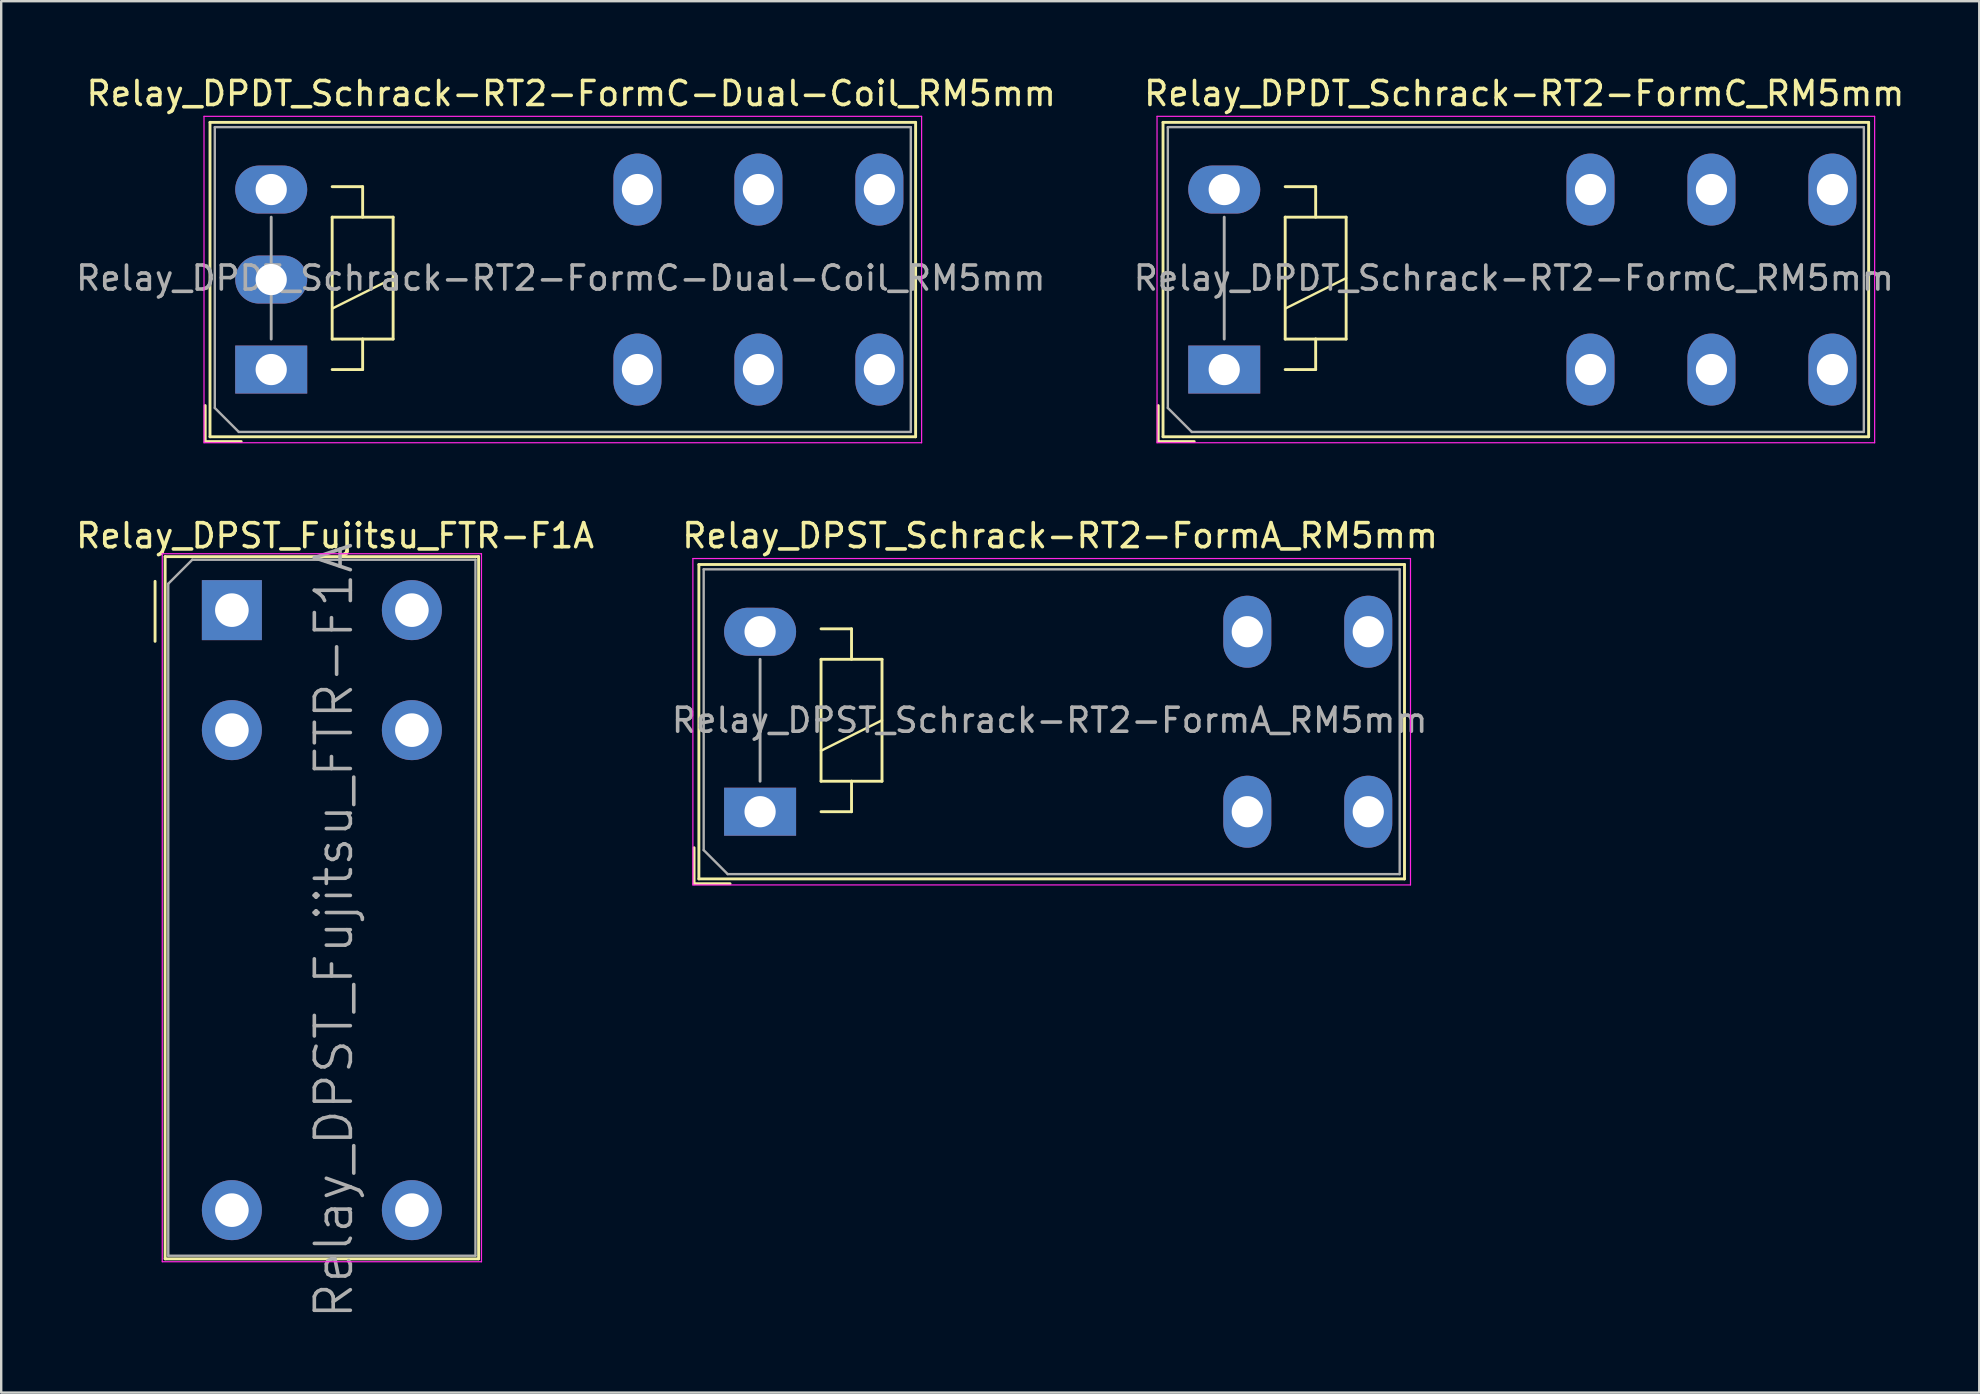
<source format=kicad_pcb>
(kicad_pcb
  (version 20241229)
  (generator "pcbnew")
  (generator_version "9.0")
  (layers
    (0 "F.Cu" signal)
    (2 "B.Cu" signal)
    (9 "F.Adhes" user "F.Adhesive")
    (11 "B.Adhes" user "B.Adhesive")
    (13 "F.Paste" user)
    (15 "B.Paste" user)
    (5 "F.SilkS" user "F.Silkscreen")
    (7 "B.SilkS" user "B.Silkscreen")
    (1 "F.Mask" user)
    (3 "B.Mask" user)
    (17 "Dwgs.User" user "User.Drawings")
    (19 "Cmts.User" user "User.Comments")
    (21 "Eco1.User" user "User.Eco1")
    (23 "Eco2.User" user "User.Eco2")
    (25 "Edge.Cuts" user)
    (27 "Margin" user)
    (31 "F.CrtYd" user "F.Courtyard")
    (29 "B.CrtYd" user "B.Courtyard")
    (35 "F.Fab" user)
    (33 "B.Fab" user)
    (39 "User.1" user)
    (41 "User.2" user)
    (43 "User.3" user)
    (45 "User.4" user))
  (footprint "Relay_DPST_Fujitsu_FTR-F1A"
    (layer "F.Cu")
    (at 6.611 22.372)
    (property "Reference" "Relay_DPST_Fujitsu_FTR-F1A" (at 4.3 -3.1 0) (layer "F.SilkS") (effects (font (size 1 1) (thickness 0.15))))
    (attr through_hole)
    (fp_line (start -3.2 -1.2) (end -3.2 1.3) (stroke (width 0.12) (type solid)) (layer "F.SilkS"))
    (fp_line (start -2.78 -2.23) (end 10.28 -2.23) (stroke (width 0.12) (type solid)) (layer "F.SilkS"))
    (fp_line (start -2.78 27.03) (end -2.78 -2.23) (stroke (width 0.12) (type solid)) (layer "F.SilkS"))
    (fp_line (start 10.28 -2.23) (end 10.28 27.03) (stroke (width 0.12) (type solid)) (layer "F.SilkS"))
    (fp_line (start 10.28 27.03) (end -2.78 27.03) (stroke (width 0.12) (type solid)) (layer "F.SilkS"))
    (fp_line (start -2.9 -2.35) (end 10.4 -2.35) (stroke (width 0.05) (type solid)) (layer "F.CrtYd"))
    (fp_line (start -2.9 27.15) (end -2.9 -2.35) (stroke (width 0.05) (type solid)) (layer "F.CrtYd"))
    (fp_line (start 10.4 -2.35) (end 10.4 27.15) (stroke (width 0.05) (type solid)) (layer "F.CrtYd"))
    (fp_line (start 10.4 27.15) (end -2.9 27.15) (stroke (width 0.05) (type solid)) (layer "F.CrtYd"))
    (fp_line (start -2.65 -1.1) (end -2.65 26.9) (stroke (width 0.1) (type solid)) (layer "F.Fab"))
    (fp_line (start -2.65 26.9) (end 10.15 26.9) (stroke (width 0.1) (type solid)) (layer "F.Fab"))
    (fp_line (start -1.65 -2.1) (end -2.65 -1.1) (stroke (width 0.1) (type solid)) (layer "F.Fab"))
    (fp_line (start -1.65 -2.1) (end 10.15 -2.1) (stroke (width 0.1) (type solid)) (layer "F.Fab"))
    (fp_line (start 10.15 -2.1) (end 10.15 26.9) (stroke (width 0.1) (type solid)) (layer "F.Fab"))
    (fp_text user "${REFERENCE}" (at 4.25 13.35 270) (layer "F.Fab") (effects (font (size 1.5 1.5) (thickness 0.15))))
    (pad "1" thru_hole rect (at 0 0 270) (size 2.5 2.5) (drill 1.4) (layers "*.Cu" "*.Mask"))
    (pad "2" thru_hole circle (at 0 5 270) (size 2.5 2.5) (drill 1.4) (layers "*.Cu" "*.Mask"))
    (pad "4" thru_hole circle (at 0 25 270) (size 2.5 2.5) (drill 1.4) (layers "*.Cu" "*.Mask"))
    (pad "5" thru_hole circle (at 7.5 25 270) (size 2.5 2.5) (drill 1.4) (layers "*.Cu" "*.Mask"))
    (pad "7" thru_hole circle (at 7.5 5 270) (size 2.5 2.5) (drill 1.4) (layers "*.Cu" "*.Mask"))
    (pad "8" thru_hole circle (at 7.5 0 270) (size 2.5 2.5) (drill 1.4) (layers "*.Cu" "*.Mask")))
  (footprint "Relay_DPDT_Schrack-RT2-FormC_RM5mm"
    (layer "F.Cu")
    (at 47.959 12.348)
    (property "Reference" "Relay_DPDT_Schrack-RT2-FormC_RM5mm" (at 12.5 -11.5 0) (layer "F.SilkS") (effects (font (size 1 1) (thickness 0.15))))
    (attr through_hole)
    (fp_line (start -2.75 1.5) (end -2.75 3) (stroke (width 0.12) (type solid)) (layer "F.SilkS"))
    (fp_line (start -2.75 3) (end -1.25 3) (stroke (width 0.12) (type solid)) (layer "F.SilkS"))
    (fp_line (start -2.55 -10.3) (end -2.55 2.8) (stroke (width 0.12) (type solid)) (layer "F.SilkS"))
    (fp_line (start -2.55 2.8) (end 26.85 2.8) (stroke (width 0.12) (type solid)) (layer "F.SilkS"))
    (fp_line (start 2.54 -6.35) (end 2.54 -1.27) (stroke (width 0.12) (type solid)) (layer "F.SilkS"))
    (fp_line (start 2.54 -2.54) (end 5.08 -3.81) (stroke (width 0.1) (type solid)) (layer "F.SilkS"))
    (fp_line (start 2.54 -1.27) (end 3.81 -1.27) (stroke (width 0.12) (type solid)) (layer "F.SilkS"))
    (fp_line (start 2.54 0) (end 3.81 0) (stroke (width 0.12) (type solid)) (layer "F.SilkS"))
    (fp_line (start 3.81 -7.62) (end 2.54 -7.62) (stroke (width 0.12) (type solid)) (layer "F.SilkS"))
    (fp_line (start 3.81 -6.35) (end 3.81 -7.62) (stroke (width 0.12) (type solid)) (layer "F.SilkS"))
    (fp_line (start 3.81 -1.27) (end 5.08 -1.27) (stroke (width 0.12) (type solid)) (layer "F.SilkS"))
    (fp_line (start 3.81 0) (end 3.81 -1.27) (stroke (width 0.12) (type solid)) (layer "F.SilkS"))
    (fp_line (start 5.08 -6.35) (end 2.54 -6.35) (stroke (width 0.12) (type solid)) (layer "F.SilkS"))
    (fp_line (start 5.08 -1.27) (end 5.08 -6.35) (stroke (width 0.12) (type solid)) (layer "F.SilkS"))
    (fp_line (start 26.85 -10.3) (end -2.55 -10.3) (stroke (width 0.12) (type solid)) (layer "F.SilkS"))
    (fp_line (start 26.85 2.8) (end 26.85 -10.3) (stroke (width 0.12) (type solid)) (layer "F.SilkS"))
    (fp_line (start -2.8 -10.55) (end -2.8 3.05) (stroke (width 0.05) (type solid)) (layer "F.CrtYd"))
    (fp_line (start -2.8 3.05) (end 27.1 3.05) (stroke (width 0.05) (type solid)) (layer "F.CrtYd"))
    (fp_line (start 27.1 -10.55) (end -2.8 -10.55) (stroke (width 0.05) (type solid)) (layer "F.CrtYd"))
    (fp_line (start 27.1 3.05) (end 27.1 -10.55) (stroke (width 0.05) (type solid)) (layer "F.CrtYd"))
    (fp_line (start -2.35 -10.1) (end -2.35 1.6) (stroke (width 0.1) (type solid)) (layer "F.Fab"))
    (fp_line (start -2.35 1.6) (end -1.35 2.6) (stroke (width 0.1) (type solid)) (layer "F.Fab"))
    (fp_line (start -1.35 2.6) (end 26.65 2.6) (stroke (width 0.1) (type solid)) (layer "F.Fab"))
    (fp_line (start 0 -1.27) (end 0 -6.35) (stroke (width 0.12) (type solid)) (layer "F.Fab"))
    (fp_line (start 26.65 -10.1) (end -2.35 -10.1) (stroke (width 0.1) (type solid)) (layer "F.Fab"))
    (fp_line (start 26.65 2.6) (end 26.65 -10.1) (stroke (width 0.1) (type solid)) (layer "F.Fab"))
    (fp_text user "${REFERENCE}" (at 12.065 -3.81 180) (layer "F.Fab") (effects (font (size 1 1) (thickness 0.15))))
    (pad "11" thru_hole oval (at 20.3 0 180) (size 2 3) (drill 1.3) (layers "*.Cu" "*.Mask"))
    (pad "12" thru_hole oval (at 15.26 0 180) (size 2 3) (drill 1.3) (layers "*.Cu" "*.Mask"))
    (pad "14" thru_hole oval (at 25.34 0 180) (size 2 3) (drill 1.3) (layers "*.Cu" "*.Mask"))
    (pad "21" thru_hole oval (at 20.3 -7.5 180) (size 2 3) (drill 1.3) (layers "*.Cu" "*.Mask"))
    (pad "22" thru_hole oval (at 15.26 -7.5 180) (size 2 3) (drill 1.3) (layers "*.Cu" "*.Mask"))
    (pad "24" thru_hole oval (at 25.34 -7.5 180) (size 2 3) (drill 1.3) (layers "*.Cu" "*.Mask"))
    (pad "A1" thru_hole rect (at 0 0 180) (size 3 2) (drill 1.3) (layers "*.Cu" "*.Mask"))
    (pad "A2" thru_hole oval (at 0 -7.5 180) (size 3 2) (drill 1.3) (layers "*.Cu" "*.Mask")))
  (footprint "Relay_DPDT_Schrack-RT2-FormC-Dual-Coil_RM5mm"
    (layer "F.Cu")
    (at 8.25 12.348)
    (property "Reference" "Relay_DPDT_Schrack-RT2-FormC-Dual-Coil_RM5mm" (at 12.5 -11.5 0) (layer "F.SilkS") (effects (font (size 1 1) (thickness 0.15))))
    (attr through_hole)
    (fp_line (start -2.75 1.5) (end -2.75 3) (stroke (width 0.12) (type solid)) (layer "F.SilkS"))
    (fp_line (start -2.75 3) (end -1.25 3) (stroke (width 0.12) (type solid)) (layer "F.SilkS"))
    (fp_line (start -2.55 -10.3) (end -2.55 2.8) (stroke (width 0.12) (type solid)) (layer "F.SilkS"))
    (fp_line (start -2.55 2.8) (end 26.85 2.8) (stroke (width 0.12) (type solid)) (layer "F.SilkS"))
    (fp_line (start 2.54 -6.35) (end 2.54 -1.27) (stroke (width 0.12) (type solid)) (layer "F.SilkS"))
    (fp_line (start 2.54 -2.54) (end 5.08 -3.81) (stroke (width 0.1) (type solid)) (layer "F.SilkS"))
    (fp_line (start 2.54 -1.27) (end 3.81 -1.27) (stroke (width 0.12) (type solid)) (layer "F.SilkS"))
    (fp_line (start 2.54 0) (end 3.81 0) (stroke (width 0.12) (type solid)) (layer "F.SilkS"))
    (fp_line (start 3.81 -7.62) (end 2.54 -7.62) (stroke (width 0.12) (type solid)) (layer "F.SilkS"))
    (fp_line (start 3.81 -6.35) (end 3.81 -7.62) (stroke (width 0.12) (type solid)) (layer "F.SilkS"))
    (fp_line (start 3.81 -1.27) (end 5.08 -1.27) (stroke (width 0.12) (type solid)) (layer "F.SilkS"))
    (fp_line (start 3.81 0) (end 3.81 -1.27) (stroke (width 0.12) (type solid)) (layer "F.SilkS"))
    (fp_line (start 5.08 -6.35) (end 2.54 -6.35) (stroke (width 0.12) (type solid)) (layer "F.SilkS"))
    (fp_line (start 5.08 -1.27) (end 5.08 -6.35) (stroke (width 0.12) (type solid)) (layer "F.SilkS"))
    (fp_line (start 26.85 -10.3) (end -2.55 -10.3) (stroke (width 0.12) (type solid)) (layer "F.SilkS"))
    (fp_line (start 26.85 2.8) (end 26.85 -10.3) (stroke (width 0.12) (type solid)) (layer "F.SilkS"))
    (fp_line (start -2.8 -10.55) (end -2.8 3.05) (stroke (width 0.05) (type solid)) (layer "F.CrtYd"))
    (fp_line (start -2.8 3.05) (end 27.1 3.05) (stroke (width 0.05) (type solid)) (layer "F.CrtYd"))
    (fp_line (start 27.1 -10.55) (end -2.8 -10.55) (stroke (width 0.05) (type solid)) (layer "F.CrtYd"))
    (fp_line (start 27.1 3.05) (end 27.1 -10.55) (stroke (width 0.05) (type solid)) (layer "F.CrtYd"))
    (fp_line (start -2.35 -10.1) (end -2.35 1.6) (stroke (width 0.1) (type solid)) (layer "F.Fab"))
    (fp_line (start -2.35 1.6) (end -1.35 2.6) (stroke (width 0.1) (type solid)) (layer "F.Fab"))
    (fp_line (start -1.35 2.6) (end 26.65 2.6) (stroke (width 0.1) (type solid)) (layer "F.Fab"))
    (fp_line (start 0 -1.27) (end 0 -6.35) (stroke (width 0.12) (type solid)) (layer "F.Fab"))
    (fp_line (start 26.65 -10.1) (end -2.35 -10.1) (stroke (width 0.1) (type solid)) (layer "F.Fab"))
    (fp_line (start 26.65 2.6) (end 26.65 -10.1) (stroke (width 0.1) (type solid)) (layer "F.Fab"))
    (fp_text user "${REFERENCE}" (at 12.065 -3.81 180) (layer "F.Fab") (effects (font (size 1 1) (thickness 0.15))))
    (pad "11" thru_hole oval (at 20.3 0 180) (size 2 3) (drill 1.3) (layers "*.Cu" "*.Mask"))
    (pad "12" thru_hole oval (at 15.26 0 180) (size 2 3) (drill 1.3) (layers "*.Cu" "*.Mask"))
    (pad "14" thru_hole oval (at 25.34 0 180) (size 2 3) (drill 1.3) (layers "*.Cu" "*.Mask"))
    (pad "21" thru_hole oval (at 20.3 -7.5 180) (size 2 3) (drill 1.3) (layers "*.Cu" "*.Mask"))
    (pad "22" thru_hole oval (at 15.26 -7.5 180) (size 2 3) (drill 1.3) (layers "*.Cu" "*.Mask"))
    (pad "24" thru_hole oval (at 25.34 -7.5 180) (size 2 3) (drill 1.3) (layers "*.Cu" "*.Mask"))
    (pad "A1" thru_hole rect (at 0 0 180) (size 3 2) (drill 1.3) (layers "*.Cu" "*.Mask"))
    (pad "A2" thru_hole oval (at 0 -7.5 180) (size 3 2) (drill 1.3) (layers "*.Cu" "*.Mask"))
    (pad "A3" thru_hole oval (at 0 -3.75 180) (size 3 2) (drill 1.3) (layers "*.Cu" "*.Mask")))
  (footprint "Relay_DPST_Schrack-RT2-FormA_RM5mm"
    (layer "F.Cu")
    (at 28.62 30.771)
    (property "Reference" "Relay_DPST_Schrack-RT2-FormA_RM5mm" (at 12.5 -11.5 0) (layer "F.SilkS") (effects (font (size 1 1) (thickness 0.15))))
    (attr through_hole)
    (fp_line (start -2.75 1.5) (end -2.75 3) (stroke (width 0.12) (type solid)) (layer "F.SilkS"))
    (fp_line (start -2.75 3) (end -1.25 3) (stroke (width 0.12) (type solid)) (layer "F.SilkS"))
    (fp_line (start -2.55 -10.3) (end -2.55 2.8) (stroke (width 0.12) (type solid)) (layer "F.SilkS"))
    (fp_line (start -2.55 2.8) (end 26.85 2.8) (stroke (width 0.12) (type solid)) (layer "F.SilkS"))
    (fp_line (start 2.54 -6.35) (end 2.54 -1.27) (stroke (width 0.12) (type solid)) (layer "F.SilkS"))
    (fp_line (start 2.54 -2.54) (end 5.08 -3.81) (stroke (width 0.1) (type solid)) (layer "F.SilkS"))
    (fp_line (start 2.54 -1.27) (end 3.81 -1.27) (stroke (width 0.12) (type solid)) (layer "F.SilkS"))
    (fp_line (start 2.54 0) (end 3.81 0) (stroke (width 0.12) (type solid)) (layer "F.SilkS"))
    (fp_line (start 3.81 -7.62) (end 2.54 -7.62) (stroke (width 0.12) (type solid)) (layer "F.SilkS"))
    (fp_line (start 3.81 -6.35) (end 3.81 -7.62) (stroke (width 0.12) (type solid)) (layer "F.SilkS"))
    (fp_line (start 3.81 -1.27) (end 5.08 -1.27) (stroke (width 0.12) (type solid)) (layer "F.SilkS"))
    (fp_line (start 3.81 0) (end 3.81 -1.27) (stroke (width 0.12) (type solid)) (layer "F.SilkS"))
    (fp_line (start 5.08 -6.35) (end 2.54 -6.35) (stroke (width 0.12) (type solid)) (layer "F.SilkS"))
    (fp_line (start 5.08 -1.27) (end 5.08 -6.35) (stroke (width 0.12) (type solid)) (layer "F.SilkS"))
    (fp_line (start 26.85 -10.3) (end -2.55 -10.3) (stroke (width 0.12) (type solid)) (layer "F.SilkS"))
    (fp_line (start 26.85 2.8) (end 26.85 -10.3) (stroke (width 0.12) (type solid)) (layer "F.SilkS"))
    (fp_line (start -2.8 -10.55) (end -2.8 3.05) (stroke (width 0.05) (type solid)) (layer "F.CrtYd"))
    (fp_line (start -2.8 3.05) (end 27.1 3.05) (stroke (width 0.05) (type solid)) (layer "F.CrtYd"))
    (fp_line (start 27.1 -10.55) (end -2.8 -10.55) (stroke (width 0.05) (type solid)) (layer "F.CrtYd"))
    (fp_line (start 27.1 3.05) (end 27.1 -10.55) (stroke (width 0.05) (type solid)) (layer "F.CrtYd"))
    (fp_line (start -2.35 -10.1) (end -2.35 1.6) (stroke (width 0.1) (type solid)) (layer "F.Fab"))
    (fp_line (start -2.35 1.6) (end -1.35 2.6) (stroke (width 0.1) (type solid)) (layer "F.Fab"))
    (fp_line (start -1.35 2.6) (end 26.65 2.6) (stroke (width 0.1) (type solid)) (layer "F.Fab"))
    (fp_line (start 0 -1.27) (end 0 -6.35) (stroke (width 0.12) (type solid)) (layer "F.Fab"))
    (fp_line (start 26.65 -10.1) (end -2.35 -10.1) (stroke (width 0.1) (type solid)) (layer "F.Fab"))
    (fp_line (start 26.65 2.6) (end 26.65 -10.1) (stroke (width 0.1) (type solid)) (layer "F.Fab"))
    (fp_text user "${REFERENCE}" (at 12.065 -3.81 180) (layer "F.Fab") (effects (font (size 1 1) (thickness 0.15))))
    (pad "11" thru_hole oval (at 20.3 0 180) (size 2 3) (drill 1.3) (layers "*.Cu" "*.Mask"))
    (pad "14" thru_hole oval (at 25.34 0 180) (size 2 3) (drill 1.3) (layers "*.Cu" "*.Mask"))
    (pad "21" thru_hole oval (at 20.3 -7.5 180) (size 2 3) (drill 1.3) (layers "*.Cu" "*.Mask"))
    (pad "24" thru_hole oval (at 25.34 -7.5 180) (size 2 3) (drill 1.3) (layers "*.Cu" "*.Mask"))
    (pad "A1" thru_hole rect (at 0 0 180) (size 3 2) (drill 1.3) (layers "*.Cu" "*.Mask"))
    (pad "A2" thru_hole oval (at 0 -7.5 180) (size 3 2) (drill 1.3) (layers "*.Cu" "*.Mask")))
  (gr_rect
    (start -3 -3)
    (end 79.418 54.975)
    (stroke (width 0.1) (type default))
    (fill no)
    (layer "Edge.Cuts")))
</source>
